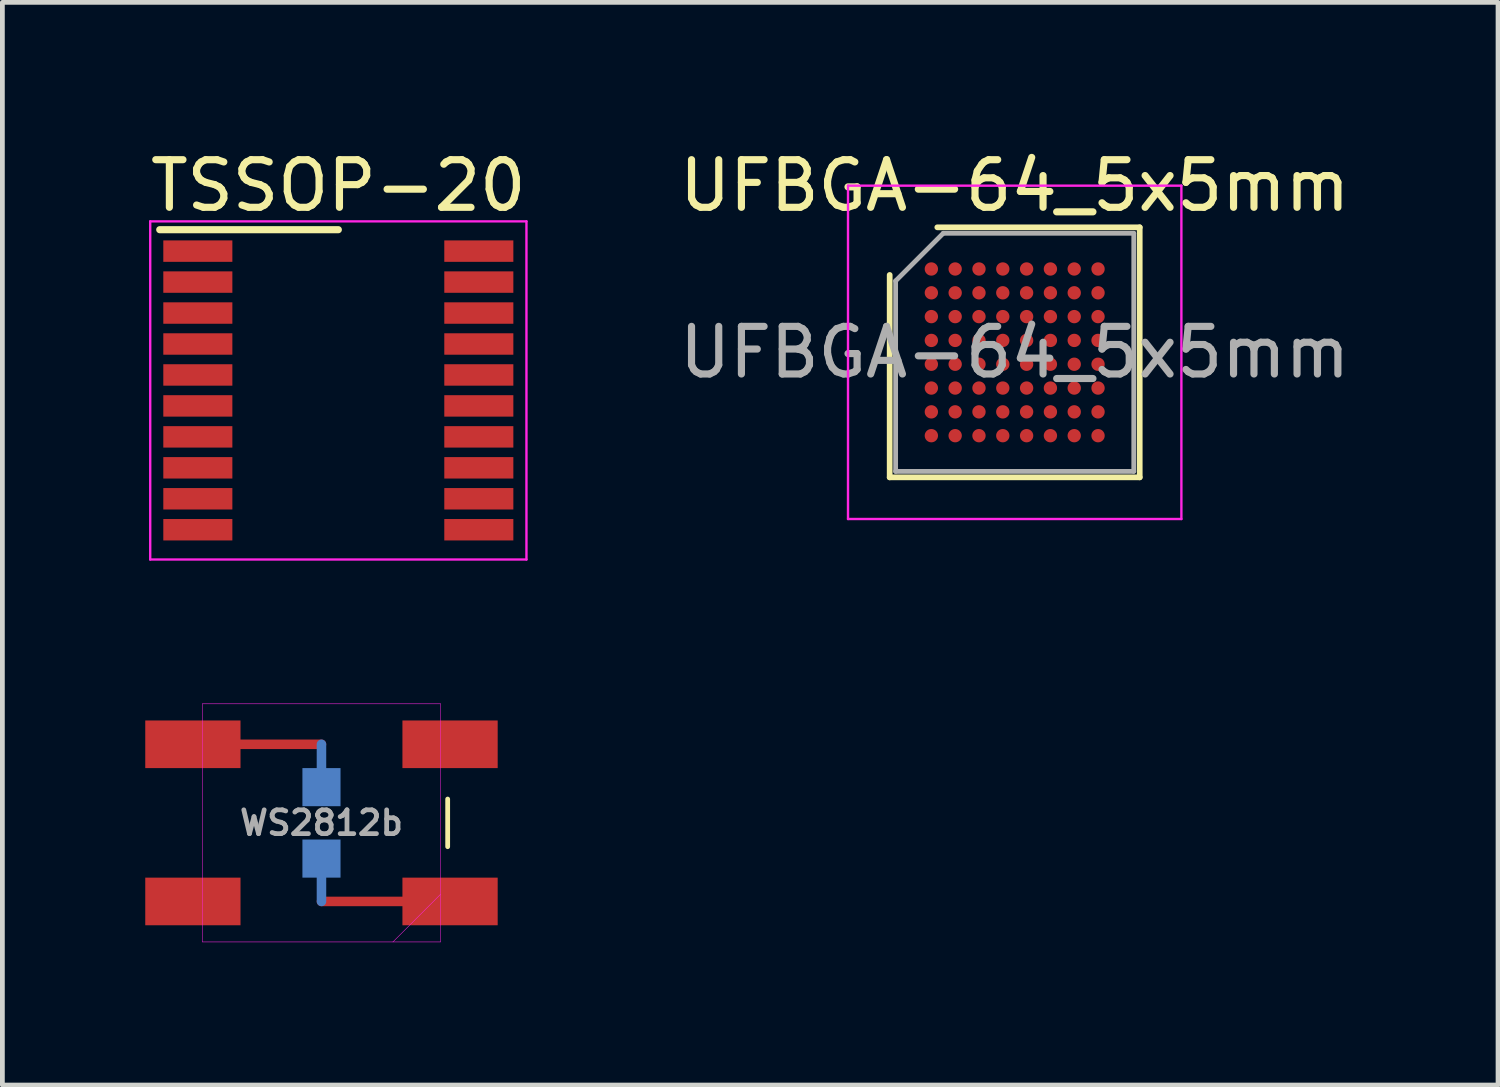
<source format=kicad_pcb>
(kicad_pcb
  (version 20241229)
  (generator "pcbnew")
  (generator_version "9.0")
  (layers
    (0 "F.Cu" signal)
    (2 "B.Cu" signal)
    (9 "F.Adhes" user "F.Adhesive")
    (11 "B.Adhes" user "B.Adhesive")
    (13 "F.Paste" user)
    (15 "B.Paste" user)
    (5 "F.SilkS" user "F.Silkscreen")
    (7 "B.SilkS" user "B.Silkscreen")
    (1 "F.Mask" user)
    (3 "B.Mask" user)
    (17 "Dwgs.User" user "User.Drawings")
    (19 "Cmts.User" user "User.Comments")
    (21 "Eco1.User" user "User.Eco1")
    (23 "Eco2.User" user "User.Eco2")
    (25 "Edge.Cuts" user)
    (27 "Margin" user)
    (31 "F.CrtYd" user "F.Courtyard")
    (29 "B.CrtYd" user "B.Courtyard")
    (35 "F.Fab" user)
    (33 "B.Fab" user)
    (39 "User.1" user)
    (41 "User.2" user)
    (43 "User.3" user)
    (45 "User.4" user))
  (footprint "WS2812b"
    (layer "F.Cu")
    (at 3.7 14.228)
    (property "Reference" "WS2812b" (at 0 0 0) (layer "F.Fab") (effects (font (size 0.5 0.5) (thickness 0.1))))
    (attr smd)
    (fp_line (start 0 -1.65) (end -2.7 -1.65) (stroke (width 0.2) (type solid)) (layer "F.Cu"))
    (fp_line (start 0 1.65) (end 2.7 1.65) (stroke (width 0.2) (type solid)) (layer "F.Cu"))
    (fp_line (start 0 -1.65) (end 0 -0.75) (stroke (width 0.2) (type solid)) (layer "B.Cu"))
    (fp_line (start 0 1.65) (end 0 0.75) (stroke (width 0.2) (type solid)) (layer "B.Cu"))
    (fp_line (start 2.65 0.5) (end 2.65 -0.5) (stroke (width 0.1) (type solid)) (layer "F.SilkS"))
    (fp_line (start -2.5 -2.5) (end -2.5 2.5) (stroke (width 0.01) (type solid)) (layer "F.CrtYd"))
    (fp_line (start -2.5 -2.5) (end 2.5 -2.5) (stroke (width 0.01) (type solid)) (layer "F.CrtYd"))
    (fp_line (start -2.5 2.5) (end 2.5 2.5) (stroke (width 0.01) (type solid)) (layer "F.CrtYd"))
    (fp_line (start 1.5 2.5) (end 2.5 1.5) (stroke (width 0.01) (type solid)) (layer "F.CrtYd"))
    (fp_line (start 2.5 -2.5) (end 2.5 2.5) (stroke (width 0.01) (type solid)) (layer "F.CrtYd"))
    (pad "GND" smd rect (at 0 0.75) (size 0.8 0.8) (layers "B.Cu" "B.Mask" "B.Paste"))
    (pad "GND" smd rect (at 2.7 1.65) (size 2 1) (layers "F.Cu" "F.Mask" "F.Paste"))
    (pad "IN" smd rect (at 2.7 -1.65) (size 2 1) (layers "F.Cu" "F.Mask" "F.Paste"))
    (pad "OUT" smd rect (at -2.7 1.65) (size 2 1) (layers "F.Cu" "F.Mask" "F.Paste"))
    (pad "VCC" smd rect (at -2.7 -1.65) (size 2 1) (layers "F.Cu" "F.Mask" "F.Paste"))
    (pad "VCC" smd rect (at 0 -0.75) (size 0.8 0.8) (layers "B.Cu" "B.Mask" "B.Paste")))
  (footprint "TSSOP-20"
    (layer "F.Cu")
    (at 4.054 5.148)
    (property "Reference" "TSSOP-20" (at 0 -4.3 0) (layer "F.SilkS") (effects (font (size 1 1) (thickness 0.15))))
    (attr smd)
    (fp_line (start -3.75 -3.375) (end 0 -3.375) (stroke (width 0.15) (type solid)) (layer "F.SilkS"))
    (fp_line (start -3.95 -3.55) (end -3.95 3.55) (stroke (width 0.05) (type solid)) (layer "F.CrtYd"))
    (fp_line (start -3.95 -3.55) (end 3.95 -3.55) (stroke (width 0.05) (type solid)) (layer "F.CrtYd"))
    (fp_line (start -3.95 3.55) (end 3.95 3.55) (stroke (width 0.05) (type solid)) (layer "F.CrtYd"))
    (fp_line (start 3.95 -3.55) (end 3.95 3.55) (stroke (width 0.05) (type solid)) (layer "F.CrtYd"))
    (pad "1" smd rect (at -2.95 -2.925) (size 1.45 0.45) (layers "F.Cu" "F.Mask" "F.Paste"))
    (pad "2" smd rect (at -2.95 -2.275) (size 1.45 0.45) (layers "F.Cu" "F.Mask" "F.Paste"))
    (pad "3" smd rect (at -2.95 -1.625) (size 1.45 0.45) (layers "F.Cu" "F.Mask" "F.Paste"))
    (pad "4" smd rect (at -2.95 -0.975) (size 1.45 0.45) (layers "F.Cu" "F.Mask" "F.Paste"))
    (pad "5" smd rect (at -2.95 -0.325) (size 1.45 0.45) (layers "F.Cu" "F.Mask" "F.Paste"))
    (pad "6" smd rect (at -2.95 0.325) (size 1.45 0.45) (layers "F.Cu" "F.Mask" "F.Paste"))
    (pad "7" smd rect (at -2.95 0.975) (size 1.45 0.45) (layers "F.Cu" "F.Mask" "F.Paste"))
    (pad "8" smd rect (at -2.95 1.625) (size 1.45 0.45) (layers "F.Cu" "F.Mask" "F.Paste"))
    (pad "9" smd rect (at -2.95 2.275) (size 1.45 0.45) (layers "F.Cu" "F.Mask" "F.Paste"))
    (pad "10" smd rect (at -2.95 2.925) (size 1.45 0.45) (layers "F.Cu" "F.Mask" "F.Paste"))
    (pad "11" smd rect (at 2.95 2.925) (size 1.45 0.45) (layers "F.Cu" "F.Mask" "F.Paste"))
    (pad "12" smd rect (at 2.95 2.275) (size 1.45 0.45) (layers "F.Cu" "F.Mask" "F.Paste"))
    (pad "13" smd rect (at 2.95 1.625) (size 1.45 0.45) (layers "F.Cu" "F.Mask" "F.Paste"))
    (pad "14" smd rect (at 2.95 0.975) (size 1.45 0.45) (layers "F.Cu" "F.Mask" "F.Paste"))
    (pad "15" smd rect (at 2.95 0.325) (size 1.45 0.45) (layers "F.Cu" "F.Mask" "F.Paste"))
    (pad "16" smd rect (at 2.95 -0.325) (size 1.45 0.45) (layers "F.Cu" "F.Mask" "F.Paste"))
    (pad "17" smd rect (at 2.95 -0.975) (size 1.45 0.45) (layers "F.Cu" "F.Mask" "F.Paste"))
    (pad "18" smd rect (at 2.95 -1.625) (size 1.45 0.45) (layers "F.Cu" "F.Mask" "F.Paste"))
    (pad "19" smd rect (at 2.95 -2.275) (size 1.45 0.45) (layers "F.Cu" "F.Mask" "F.Paste"))
    (pad "20" smd rect (at 2.95 -2.925) (size 1.45 0.45) (layers "F.Cu" "F.Mask" "F.Paste")))
  (footprint "UFBGA-64_5x5mm"
    (layer "F.Cu")
    (at 18.256 4.348)
    (property "Reference" "UFBGA-64_5x5mm" (at 0 -3.5 0) (layer "F.SilkS") (effects (font (size 1 1) (thickness 0.15))))
    (attr smd)
    (fp_line (start -2.625 2.625) (end -2.625 -1.625) (stroke (width 0.12) (type solid)) (layer "F.SilkS"))
    (fp_line (start -1.625 -2.625) (end 2.625 -2.625) (stroke (width 0.12) (type solid)) (layer "F.SilkS"))
    (fp_line (start 2.625 -2.625) (end 2.625 2.625) (stroke (width 0.12) (type solid)) (layer "F.SilkS"))
    (fp_line (start 2.625 2.625) (end -2.625 2.625) (stroke (width 0.12) (type solid)) (layer "F.SilkS"))
    (fp_line (start -3.5 -3.5) (end -3.5 3.5) (stroke (width 0.05) (type solid)) (layer "F.CrtYd"))
    (fp_line (start -3.5 3.5) (end 3.5 3.5) (stroke (width 0.05) (type solid)) (layer "F.CrtYd"))
    (fp_line (start 3.5 -3.5) (end -3.5 -3.5) (stroke (width 0.05) (type solid)) (layer "F.CrtYd"))
    (fp_line (start 3.5 3.5) (end 3.5 -3.5) (stroke (width 0.05) (type solid)) (layer "F.CrtYd"))
    (fp_line (start -2.5 -1.5) (end -1.5 -2.5) (stroke (width 0.1) (type solid)) (layer "F.Fab"))
    (fp_line (start -2.5 2.5) (end -2.5 -1.5) (stroke (width 0.1) (type solid)) (layer "F.Fab"))
    (fp_line (start -1.5 -2.5) (end 2.5 -2.5) (stroke (width 0.1) (type solid)) (layer "F.Fab"))
    (fp_line (start 2.5 -2.5) (end 2.5 2.5) (stroke (width 0.1) (type solid)) (layer "F.Fab"))
    (fp_line (start 2.5 2.5) (end -2.5 2.5) (stroke (width 0.1) (type solid)) (layer "F.Fab"))
    (fp_text user "${REFERENCE}" (at 0 0 0) (layer "F.Fab") (effects (font (size 1 1) (thickness 0.15))))
    (pad "A1" smd circle (at -1.75 -1.75) (size 0.28 0.28) (layers "F.Cu" "F.Mask" "F.Paste"))
    (pad "A2" smd circle (at -1.25 -1.75) (size 0.28 0.28) (layers "F.Cu" "F.Mask" "F.Paste"))
    (pad "A3" smd circle (at -0.75 -1.75) (size 0.28 0.28) (layers "F.Cu" "F.Mask" "F.Paste"))
    (pad "A4" smd circle (at -0.25 -1.75) (size 0.28 0.28) (layers "F.Cu" "F.Mask" "F.Paste"))
    (pad "A5" smd circle (at 0.25 -1.75) (size 0.28 0.28) (layers "F.Cu" "F.Mask" "F.Paste"))
    (pad "A6" smd circle (at 0.75 -1.75) (size 0.28 0.28) (layers "F.Cu" "F.Mask" "F.Paste"))
    (pad "A7" smd circle (at 1.25 -1.75) (size 0.28 0.28) (layers "F.Cu" "F.Mask" "F.Paste"))
    (pad "A8" smd circle (at 1.75 -1.75) (size 0.28 0.28) (layers "F.Cu" "F.Mask" "F.Paste"))
    (pad "B1" smd circle (at -1.75 -1.25) (size 0.28 0.28) (layers "F.Cu" "F.Mask" "F.Paste"))
    (pad "B2" smd circle (at -1.25 -1.25) (size 0.28 0.28) (layers "F.Cu" "F.Mask" "F.Paste"))
    (pad "B3" smd circle (at -0.75 -1.25) (size 0.28 0.28) (layers "F.Cu" "F.Mask" "F.Paste"))
    (pad "B4" smd circle (at -0.25 -1.25) (size 0.28 0.28) (layers "F.Cu" "F.Mask" "F.Paste"))
    (pad "B5" smd circle (at 0.25 -1.25) (size 0.28 0.28) (layers "F.Cu" "F.Mask" "F.Paste"))
    (pad "B6" smd circle (at 0.75 -1.25) (size 0.28 0.28) (layers "F.Cu" "F.Mask" "F.Paste"))
    (pad "B7" smd circle (at 1.25 -1.25) (size 0.28 0.28) (layers "F.Cu" "F.Mask" "F.Paste"))
    (pad "B8" smd circle (at 1.75 -1.25) (size 0.28 0.28) (layers "F.Cu" "F.Mask" "F.Paste"))
    (pad "C1" smd circle (at -1.75 -0.75) (size 0.28 0.28) (layers "F.Cu" "F.Mask" "F.Paste"))
    (pad "C2" smd circle (at -1.25 -0.75) (size 0.28 0.28) (layers "F.Cu" "F.Mask" "F.Paste"))
    (pad "C3" smd circle (at -0.75 -0.75) (size 0.28 0.28) (layers "F.Cu" "F.Mask" "F.Paste"))
    (pad "C4" smd circle (at -0.25 -0.75) (size 0.28 0.28) (layers "F.Cu" "F.Mask" "F.Paste"))
    (pad "C5" smd circle (at 0.25 -0.75) (size 0.28 0.28) (layers "F.Cu" "F.Mask" "F.Paste"))
    (pad "C6" smd circle (at 0.75 -0.75) (size 0.28 0.28) (layers "F.Cu" "F.Mask" "F.Paste"))
    (pad "C7" smd circle (at 1.25 -0.75) (size 0.28 0.28) (layers "F.Cu" "F.Mask" "F.Paste"))
    (pad "C8" smd circle (at 1.75 -0.75) (size 0.28 0.28) (layers "F.Cu" "F.Mask" "F.Paste"))
    (pad "D1" smd circle (at -1.75 -0.25) (size 0.28 0.28) (layers "F.Cu" "F.Mask" "F.Paste"))
    (pad "D2" smd circle (at -1.25 -0.25) (size 0.28 0.28) (layers "F.Cu" "F.Mask" "F.Paste"))
    (pad "D3" smd circle (at -0.75 -0.25) (size 0.28 0.28) (layers "F.Cu" "F.Mask" "F.Paste"))
    (pad "D4" smd circle (at -0.25 -0.25) (size 0.28 0.28) (layers "F.Cu" "F.Mask" "F.Paste"))
    (pad "D5" smd circle (at 0.25 -0.25) (size 0.28 0.28) (layers "F.Cu" "F.Mask" "F.Paste"))
    (pad "D6" smd circle (at 0.75 -0.25) (size 0.28 0.28) (layers "F.Cu" "F.Mask" "F.Paste"))
    (pad "D7" smd circle (at 1.25 -0.25) (size 0.28 0.28) (layers "F.Cu" "F.Mask" "F.Paste"))
    (pad "D8" smd circle (at 1.75 -0.25) (size 0.28 0.28) (layers "F.Cu" "F.Mask" "F.Paste"))
    (pad "E1" smd circle (at -1.75 0.25) (size 0.28 0.28) (layers "F.Cu" "F.Mask" "F.Paste"))
    (pad "E2" smd circle (at -1.25 0.25) (size 0.28 0.28) (layers "F.Cu" "F.Mask" "F.Paste"))
    (pad "E3" smd circle (at -0.75 0.25) (size 0.28 0.28) (layers "F.Cu" "F.Mask" "F.Paste"))
    (pad "E4" smd circle (at -0.25 0.25) (size 0.28 0.28) (layers "F.Cu" "F.Mask" "F.Paste"))
    (pad "E5" smd circle (at 0.25 0.25) (size 0.28 0.28) (layers "F.Cu" "F.Mask" "F.Paste"))
    (pad "E6" smd circle (at 0.75 0.25) (size 0.28 0.28) (layers "F.Cu" "F.Mask" "F.Paste"))
    (pad "E7" smd circle (at 1.25 0.25) (size 0.28 0.28) (layers "F.Cu" "F.Mask" "F.Paste"))
    (pad "E8" smd circle (at 1.75 0.25) (size 0.28 0.28) (layers "F.Cu" "F.Mask" "F.Paste"))
    (pad "F1" smd circle (at -1.75 0.75) (size 0.28 0.28) (layers "F.Cu" "F.Mask" "F.Paste"))
    (pad "F2" smd circle (at -1.25 0.75) (size 0.28 0.28) (layers "F.Cu" "F.Mask" "F.Paste"))
    (pad "F3" smd circle (at -0.75 0.75) (size 0.28 0.28) (layers "F.Cu" "F.Mask" "F.Paste"))
    (pad "F4" smd circle (at -0.25 0.75) (size 0.28 0.28) (layers "F.Cu" "F.Mask" "F.Paste"))
    (pad "F5" smd circle (at 0.25 0.75) (size 0.28 0.28) (layers "F.Cu" "F.Mask" "F.Paste"))
    (pad "F6" smd circle (at 0.75 0.75) (size 0.28 0.28) (layers "F.Cu" "F.Mask" "F.Paste"))
    (pad "F7" smd circle (at 1.25 0.75) (size 0.28 0.28) (layers "F.Cu" "F.Mask" "F.Paste"))
    (pad "F8" smd circle (at 1.75 0.75) (size 0.28 0.28) (layers "F.Cu" "F.Mask" "F.Paste"))
    (pad "G1" smd circle (at -1.75 1.25) (size 0.28 0.28) (layers "F.Cu" "F.Mask" "F.Paste"))
    (pad "G2" smd circle (at -1.25 1.25) (size 0.28 0.28) (layers "F.Cu" "F.Mask" "F.Paste"))
    (pad "G3" smd circle (at -0.75 1.25) (size 0.28 0.28) (layers "F.Cu" "F.Mask" "F.Paste"))
    (pad "G4" smd circle (at -0.25 1.25) (size 0.28 0.28) (layers "F.Cu" "F.Mask" "F.Paste"))
    (pad "G5" smd circle (at 0.25 1.25) (size 0.28 0.28) (layers "F.Cu" "F.Mask" "F.Paste"))
    (pad "G6" smd circle (at 0.75 1.25) (size 0.28 0.28) (layers "F.Cu" "F.Mask" "F.Paste"))
    (pad "G7" smd circle (at 1.25 1.25) (size 0.28 0.28) (layers "F.Cu" "F.Mask" "F.Paste"))
    (pad "G8" smd circle (at 1.75 1.25) (size 0.28 0.28) (layers "F.Cu" "F.Mask" "F.Paste"))
    (pad "H1" smd circle (at -1.75 1.75) (size 0.28 0.28) (layers "F.Cu" "F.Mask" "F.Paste"))
    (pad "H2" smd circle (at -1.25 1.75) (size 0.28 0.28) (layers "F.Cu" "F.Mask" "F.Paste"))
    (pad "H3" smd circle (at -0.75 1.75) (size 0.28 0.28) (layers "F.Cu" "F.Mask" "F.Paste"))
    (pad "H4" smd circle (at -0.25 1.75) (size 0.28 0.28) (layers "F.Cu" "F.Mask" "F.Paste"))
    (pad "H5" smd circle (at 0.25 1.75) (size 0.28 0.28) (layers "F.Cu" "F.Mask" "F.Paste"))
    (pad "H6" smd circle (at 0.75 1.75) (size 0.28 0.28) (layers "F.Cu" "F.Mask" "F.Paste"))
    (pad "H7" smd circle (at 1.25 1.75) (size 0.28 0.28) (layers "F.Cu" "F.Mask" "F.Paste"))
    (pad "H8" smd circle (at 1.75 1.75) (size 0.28 0.28) (layers "F.Cu" "F.Mask" "F.Paste")))
  (gr_rect
    (start -3 -3)
    (end 28.405 19.733)
    (stroke (width 0.1) (type default))
    (fill no)
    (layer "Edge.Cuts")))
</source>
